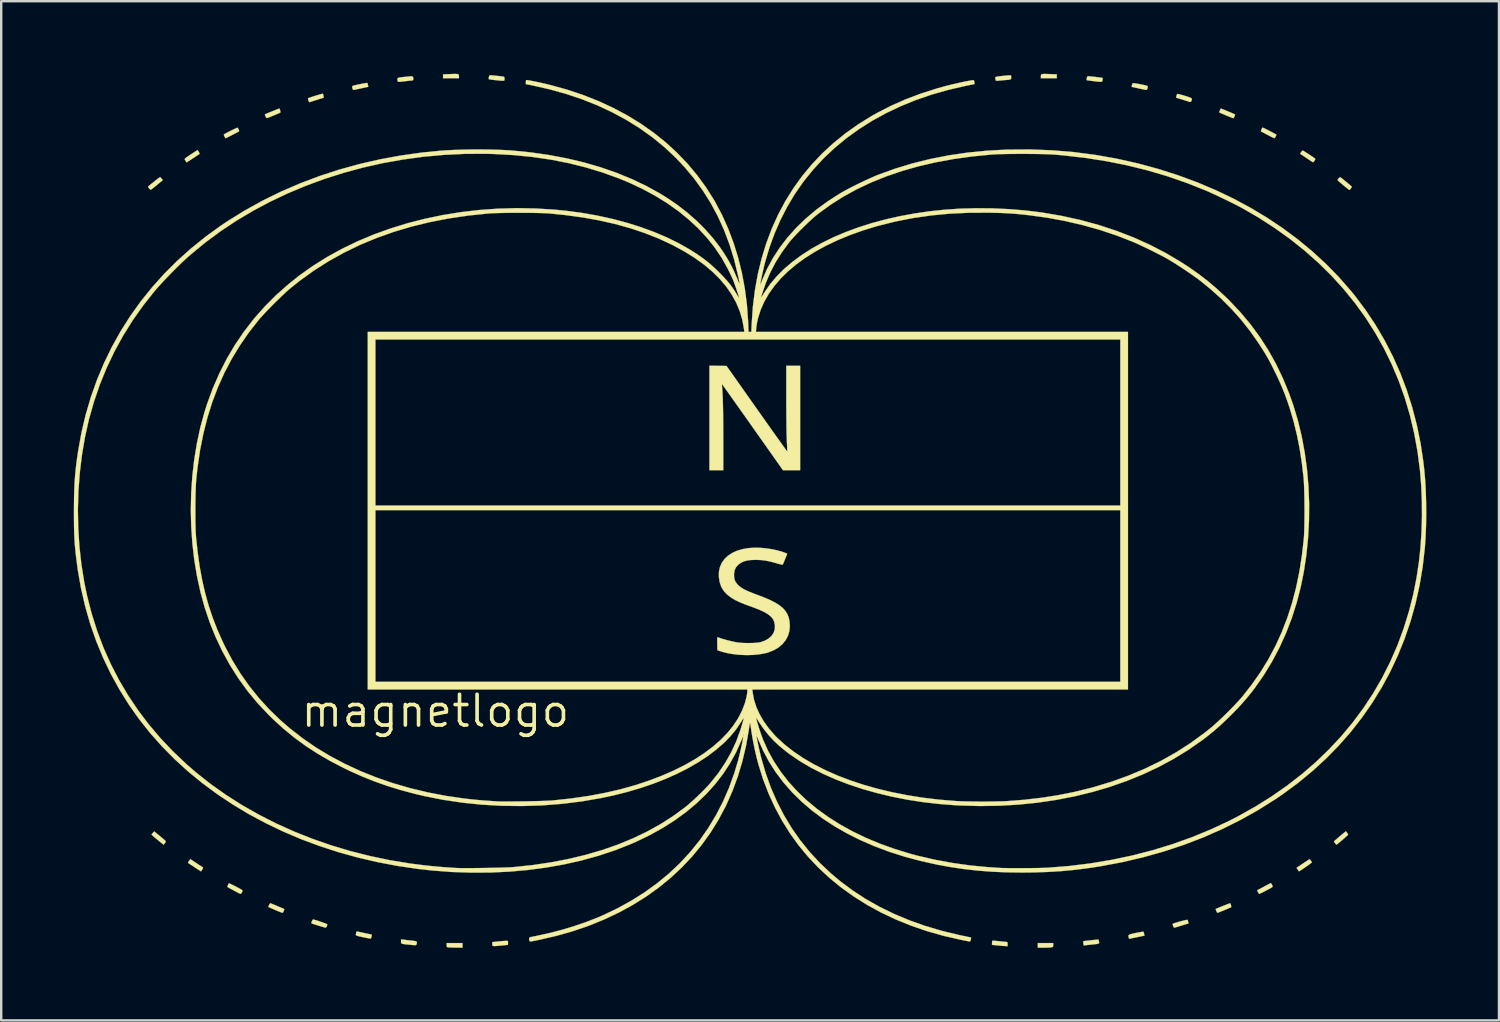
<source format=kicad_pcb>
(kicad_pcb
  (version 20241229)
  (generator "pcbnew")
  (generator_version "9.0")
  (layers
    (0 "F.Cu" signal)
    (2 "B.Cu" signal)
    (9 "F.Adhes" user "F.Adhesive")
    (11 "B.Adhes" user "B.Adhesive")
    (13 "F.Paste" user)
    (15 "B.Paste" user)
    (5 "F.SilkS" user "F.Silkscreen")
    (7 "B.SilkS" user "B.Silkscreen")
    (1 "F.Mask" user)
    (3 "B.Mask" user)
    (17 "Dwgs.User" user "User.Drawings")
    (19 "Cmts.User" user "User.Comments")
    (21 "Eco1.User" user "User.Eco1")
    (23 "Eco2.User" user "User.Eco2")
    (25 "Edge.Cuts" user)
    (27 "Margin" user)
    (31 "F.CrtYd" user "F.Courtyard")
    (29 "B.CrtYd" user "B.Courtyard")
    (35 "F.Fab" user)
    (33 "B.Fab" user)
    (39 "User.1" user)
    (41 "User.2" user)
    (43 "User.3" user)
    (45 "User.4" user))
  (footprint "magnetlogo"
    (layer "F.Cu")
    (at 14.938 26.326)
    (property "Reference" "magnetlogo" (at 0 0 0) (layer "F.SilkS") (effects (font (size 1.27 1.27) (thickness 0.15))))
    (attr through_hole)
    (fp_poly (pts (xy 0.9 -26.318) (xy 0.941 -26.308) (xy 0.963 -26.291) (xy 0.972 -26.265) (xy 0.974 -26.228) (xy 0.974 -26.223) (xy 0.974 -26.141) (xy 0.318 -26.141) (xy 0.318 -26.304) (xy 0.606 -26.315) (xy 0.738 -26.32) (xy 0.834 -26.321) (xy 0.9 -26.318)) (stroke (width 0.01) (type solid)) (fill yes) (layer "F.SilkS"))
    (fp_poly (pts (xy 25.241 -26.32) (xy 25.369 -26.316) (xy 25.387 -26.315) (xy 25.675 -26.304) (xy 25.675 -26.141) (xy 25.019 -26.141) (xy 25.019 -26.223) (xy 25.02 -26.261) (xy 25.028 -26.289) (xy 25.048 -26.307) (xy 25.087 -26.317) (xy 25.149 -26.321) (xy 25.241 -26.32)) (stroke (width 0.01) (type solid)) (fill yes) (layer "F.SilkS"))
    (fp_poly (pts (xy 25.527 9.67) (xy 25.524 9.724) (xy 25.507 9.75) (xy 25.463 9.763) (xy 25.448 9.765) (xy 25.394 9.771) (xy 25.31 9.775) (xy 25.209 9.778) (xy 25.13 9.779) (xy 24.892 9.779) (xy 24.892 9.588) (xy 25.527 9.588) (xy 25.527 9.67)) (stroke (width 0.01) (type solid)) (fill yes) (layer "F.SilkS"))
    (fp_poly (pts (xy 1.122 9.779) (xy 0.852 9.776) (xy 0.744 9.774) (xy 0.646 9.771) (xy 0.57 9.768) (xy 0.525 9.764) (xy 0.524 9.764) (xy 0.486 9.753) (xy 0.469 9.728) (xy 0.466 9.675) (xy 0.466 9.672) (xy 0.466 9.588) (xy 1.122 9.588) (xy 1.122 9.779)) (stroke (width 0.01) (type solid)) (fill yes) (layer "F.SilkS"))
    (fp_poly (pts (xy 29.256 9.121) (xy 29.269 9.148) (xy 29.282 9.199) (xy 29.284 9.208) (xy 29.298 9.283) (xy 28.98 9.348) (xy 28.663 9.413) (xy 28.651 9.368) (xy 28.639 9.32) (xy 28.637 9.284) (xy 28.65 9.257) (xy 28.683 9.236) (xy 28.742 9.217) (xy 28.833 9.195) (xy 28.94 9.172) (xy 29.048 9.151) (xy 29.141 9.134) (xy 29.211 9.123) (xy 29.25 9.12) (xy 29.256 9.121)) (stroke (width 0.01) (type solid)) (fill yes) (layer "F.SilkS"))
    (fp_poly (pts (xy -11.38 5.169) (xy -11.295 5.239) (xy -11.223 5.301) (xy -11.17 5.35) (xy -11.142 5.379) (xy -11.139 5.384) (xy -11.147 5.415) (xy -11.175 5.46) (xy -11.181 5.467) (xy -11.229 5.526) (xy -11.478 5.324) (xy -11.564 5.253) (xy -11.637 5.19) (xy -11.692 5.142) (xy -11.722 5.113) (xy -11.726 5.107) (xy -11.713 5.084) (xy -11.68 5.045) (xy -11.671 5.035) (xy -11.615 4.977) (xy -11.38 5.169)) (stroke (width 0.01) (type solid)) (fill yes) (layer "F.SilkS"))
    (fp_poly (pts (xy 36.168 6.178) (xy 36.2 6.221) (xy 36.215 6.253) (xy 36.215 6.255) (xy 36.199 6.271) (xy 36.155 6.305) (xy 36.09 6.353) (xy 36.013 6.408) (xy 35.929 6.466) (xy 35.847 6.522) (xy 35.775 6.57) (xy 35.718 6.606) (xy 35.686 6.624) (xy 35.682 6.625) (xy 35.668 6.609) (xy 35.64 6.569) (xy 35.629 6.551) (xy 35.581 6.478) (xy 35.851 6.3) (xy 36.121 6.121) (xy 36.168 6.178)) (stroke (width 0.01) (type solid)) (fill yes) (layer "F.SilkS"))
    (fp_poly (pts (xy 28.892 -25.935) (xy 28.972 -25.923) (xy 29.067 -25.907) (xy 29.165 -25.888) (xy 29.259 -25.868) (xy 29.34 -25.85) (xy 29.398 -25.833) (xy 29.421 -25.824) (xy 29.434 -25.794) (xy 29.43 -25.746) (xy 29.413 -25.698) (xy 29.389 -25.666) (xy 29.378 -25.662) (xy 29.347 -25.665) (xy 29.283 -25.677) (xy 29.195 -25.694) (xy 29.091 -25.716) (xy 29.058 -25.724) (xy 28.768 -25.788) (xy 28.78 -25.853) (xy 28.794 -25.906) (xy 28.81 -25.938) (xy 28.835 -25.94) (xy 28.892 -25.935)) (stroke (width 0.01) (type solid)) (fill yes) (layer "F.SilkS"))
    (fp_poly (pts (xy 23.093 9.494) (xy 23.177 9.501) (xy 23.28 9.511) (xy 23.317 9.514) (xy 23.424 9.526) (xy 23.517 9.535) (xy 23.586 9.542) (xy 23.623 9.546) (xy 23.627 9.546) (xy 23.637 9.565) (xy 23.643 9.612) (xy 23.643 9.631) (xy 23.643 9.716) (xy 23.543 9.712) (xy 23.478 9.709) (xy 23.386 9.702) (xy 23.281 9.692) (xy 23.22 9.686) (xy 22.998 9.663) (xy 23 9.582) (xy 23.004 9.528) (xy 23.011 9.495) (xy 23.012 9.493) (xy 23.036 9.491) (xy 23.093 9.494)) (stroke (width 0.01) (type solid)) (fill yes) (layer "F.SilkS"))
    (fp_poly (pts (xy -11.35 -22.04) (xy -11.314 -22.002) (xy -11.308 -21.995) (xy -11.263 -21.933) (xy -11.497 -21.739) (xy -11.583 -21.669) (xy -11.657 -21.609) (xy -11.715 -21.564) (xy -11.75 -21.539) (xy -11.755 -21.537) (xy -11.783 -21.547) (xy -11.82 -21.581) (xy -11.829 -21.592) (xy -11.86 -21.635) (xy -11.872 -21.661) (xy -11.872 -21.663) (xy -11.835 -21.696) (xy -11.778 -21.745) (xy -11.706 -21.804) (xy -11.627 -21.867) (xy -11.548 -21.93) (xy -11.477 -21.985) (xy -11.42 -22.028) (xy -11.384 -22.052) (xy -11.377 -22.056) (xy -11.35 -22.04)) (stroke (width 0.01) (type solid)) (fill yes) (layer "F.SilkS"))
    (fp_poly (pts (xy -3.229 9.109) (xy -3.198 9.117) (xy -3.134 9.132) (xy -3.046 9.151) (xy -2.942 9.173) (xy -2.912 9.18) (xy -2.625 9.239) (xy -2.638 9.313) (xy -2.65 9.366) (xy -2.663 9.399) (xy -2.664 9.401) (xy -2.689 9.401) (xy -2.747 9.393) (xy -2.831 9.379) (xy -2.933 9.358) (xy -2.985 9.348) (xy -3.104 9.321) (xy -3.187 9.301) (xy -3.241 9.285) (xy -3.272 9.27) (xy -3.284 9.256) (xy -3.286 9.239) (xy -3.272 9.161) (xy -3.256 9.119) (xy -3.237 9.107) (xy -3.229 9.109)) (stroke (width 0.01) (type solid)) (fill yes) (layer "F.SilkS"))
    (fp_poly (pts (xy 30.733 -25.482) (xy 30.816 -25.461) (xy 30.916 -25.433) (xy 30.965 -25.418) (xy 31.085 -25.38) (xy 31.17 -25.351) (xy 31.224 -25.326) (xy 31.252 -25.301) (xy 31.259 -25.274) (xy 31.25 -25.239) (xy 31.236 -25.207) (xy 31.217 -25.173) (xy 31.195 -25.162) (xy 31.154 -25.17) (xy 31.126 -25.179) (xy 31.069 -25.197) (xy 30.985 -25.224) (xy 30.887 -25.254) (xy 30.823 -25.274) (xy 30.605 -25.341) (xy 30.619 -25.407) (xy 30.633 -25.459) (xy 30.649 -25.492) (xy 30.65 -25.492) (xy 30.675 -25.493) (xy 30.733 -25.482)) (stroke (width 0.01) (type solid)) (fill yes) (layer "F.SilkS"))
    (fp_poly (pts (xy 31.074 8.629) (xy 31.091 8.662) (xy 31.106 8.712) (xy 31.119 8.776) (xy 30.835 8.865) (xy 30.731 8.897) (xy 30.64 8.924) (xy 30.572 8.943) (xy 30.533 8.953) (xy 30.528 8.954) (xy 30.507 8.935) (xy 30.484 8.891) (xy 30.48 8.878) (xy 30.465 8.828) (xy 30.461 8.798) (xy 30.462 8.796) (xy 30.491 8.782) (xy 30.55 8.762) (xy 30.631 8.737) (xy 30.724 8.71) (xy 30.822 8.683) (xy 30.914 8.659) (xy 30.993 8.641) (xy 31.049 8.63) (xy 31.074 8.629) (xy 31.074 8.629)) (stroke (width 0.01) (type solid)) (fill yes) (layer "F.SilkS"))
    (fp_poly (pts (xy 34.54 7.129) (xy 34.564 7.172) (xy 34.571 7.184) (xy 34.591 7.238) (xy 34.588 7.268) (xy 34.58 7.277) (xy 34.549 7.297) (xy 34.49 7.33) (xy 34.414 7.371) (xy 34.327 7.417) (xy 34.239 7.463) (xy 34.158 7.504) (xy 34.093 7.535) (xy 34.052 7.554) (xy 34.043 7.556) (xy 34.022 7.539) (xy 33.994 7.496) (xy 33.988 7.484) (xy 33.953 7.411) (xy 34.232 7.261) (xy 34.33 7.209) (xy 34.415 7.165) (xy 34.479 7.132) (xy 34.517 7.114) (xy 34.523 7.112) (xy 34.54 7.129)) (stroke (width 0.01) (type solid)) (fill yes) (layer "F.SilkS"))
    (fp_poly (pts (xy -9.873 6.287) (xy -9.781 6.348) (xy -9.701 6.4) (xy -9.641 6.439) (xy -9.605 6.46) (xy -9.6 6.462) (xy -9.6 6.481) (xy -9.616 6.521) (xy -9.64 6.568) (xy -9.665 6.608) (xy -9.683 6.625) (xy -9.684 6.625) (xy -9.703 6.614) (xy -9.751 6.584) (xy -9.822 6.538) (xy -9.909 6.482) (xy -9.952 6.453) (xy -10.044 6.392) (xy -10.123 6.34) (xy -10.182 6.301) (xy -10.215 6.278) (xy -10.22 6.275) (xy -10.214 6.255) (xy -10.19 6.214) (xy -10.176 6.194) (xy -10.126 6.119) (xy -9.873 6.287)) (stroke (width 0.01) (type solid)) (fill yes) (layer "F.SilkS"))
    (fp_poly (pts (xy -4.648 -25.504) (xy -4.639 -25.479) (xy -4.627 -25.43) (xy -4.625 -25.418) (xy -4.61 -25.341) (xy -4.887 -25.253) (xy -4.991 -25.221) (xy -5.081 -25.192) (xy -5.15 -25.17) (xy -5.188 -25.157) (xy -5.192 -25.155) (xy -5.218 -25.166) (xy -5.243 -25.217) (xy -5.245 -25.223) (xy -5.258 -25.276) (xy -5.261 -25.311) (xy -5.26 -25.315) (xy -5.238 -25.326) (xy -5.184 -25.346) (xy -5.107 -25.372) (xy -5.017 -25.401) (xy -4.92 -25.431) (xy -4.827 -25.459) (xy -4.745 -25.482) (xy -4.683 -25.498) (xy -4.651 -25.505) (xy -4.648 -25.504)) (stroke (width 0.01) (type solid)) (fill yes) (layer "F.SilkS"))
    (fp_poly (pts (xy -2.809 -25.95) (xy -2.799 -25.924) (xy -2.788 -25.874) (xy -2.786 -25.864) (xy -2.772 -25.788) (xy -3.043 -25.731) (xy -3.148 -25.708) (xy -3.242 -25.688) (xy -3.315 -25.672) (xy -3.357 -25.662) (xy -3.36 -25.662) (xy -3.395 -25.661) (xy -3.414 -25.688) (xy -3.419 -25.71) (xy -3.432 -25.763) (xy -3.44 -25.796) (xy -3.427 -25.818) (xy -3.382 -25.839) (xy -3.37 -25.842) (xy -3.292 -25.861) (xy -3.2 -25.882) (xy -3.1 -25.902) (xy -3.003 -25.921) (xy -2.917 -25.936) (xy -2.851 -25.947) (xy -2.813 -25.951) (xy -2.809 -25.95)) (stroke (width 0.01) (type solid)) (fill yes) (layer "F.SilkS"))
    (fp_poly (pts (xy 2.987 9.5) (xy 2.991 9.502) (xy 3.001 9.533) (xy 3.002 9.586) (xy 3.002 9.591) (xy 2.995 9.663) (xy 2.762 9.687) (xy 2.617 9.701) (xy 2.51 9.71) (xy 2.435 9.713) (xy 2.388 9.71) (xy 2.365 9.702) (xy 2.364 9.701) (xy 2.354 9.673) (xy 2.35 9.626) (xy 2.352 9.579) (xy 2.361 9.549) (xy 2.365 9.546) (xy 2.391 9.544) (xy 2.451 9.538) (xy 2.537 9.529) (xy 2.64 9.519) (xy 2.678 9.515) (xy 2.786 9.505) (xy 2.879 9.5) (xy 2.948 9.498) (xy 2.987 9.5)) (stroke (width 0.01) (type solid)) (fill yes) (layer "F.SilkS"))
    (fp_poly (pts (xy 27.4 9.445) (xy 27.407 9.468) (xy 27.417 9.516) (xy 27.419 9.528) (xy 27.425 9.561) (xy 27.424 9.586) (xy 27.41 9.603) (xy 27.379 9.616) (xy 27.323 9.627) (xy 27.238 9.637) (xy 27.118 9.65) (xy 27.093 9.652) (xy 26.996 9.663) (xy 26.911 9.673) (xy 26.849 9.681) (xy 26.826 9.685) (xy 26.797 9.686) (xy 26.782 9.666) (xy 26.774 9.616) (xy 26.773 9.602) (xy 26.765 9.511) (xy 27.08 9.475) (xy 27.19 9.462) (xy 27.284 9.453) (xy 27.355 9.447) (xy 27.394 9.444) (xy 27.4 9.445)) (stroke (width 0.01) (type solid)) (fill yes) (layer "F.SilkS"))
    (fp_poly (pts (xy 37.668 5.03) (xy 37.699 5.075) (xy 37.712 5.108) (xy 37.711 5.112) (xy 37.694 5.131) (xy 37.652 5.171) (xy 37.591 5.226) (xy 37.519 5.289) (xy 37.442 5.355) (xy 37.368 5.417) (xy 37.304 5.47) (xy 37.257 5.507) (xy 37.233 5.522) (xy 37.232 5.523) (xy 37.213 5.507) (xy 37.181 5.47) (xy 37.174 5.462) (xy 37.143 5.419) (xy 37.127 5.393) (xy 37.126 5.391) (xy 37.142 5.375) (xy 37.184 5.336) (xy 37.248 5.28) (xy 37.327 5.212) (xy 37.372 5.175) (xy 37.618 4.969) (xy 37.668 5.03)) (stroke (width 0.01) (type solid)) (fill yes) (layer "F.SilkS"))
    (fp_poly (pts (xy 34.195 -24.099) (xy 34.245 -24.077) (xy 34.318 -24.042) (xy 34.405 -23.998) (xy 34.499 -23.949) (xy 34.593 -23.899) (xy 34.622 -23.883) (xy 34.754 -23.81) (xy 34.719 -23.737) (xy 34.691 -23.69) (xy 34.666 -23.667) (xy 34.662 -23.666) (xy 34.636 -23.676) (xy 34.58 -23.702) (xy 34.502 -23.741) (xy 34.41 -23.79) (xy 34.385 -23.803) (xy 34.291 -23.853) (xy 34.209 -23.896) (xy 34.149 -23.928) (xy 34.116 -23.944) (xy 34.113 -23.945) (xy 34.111 -23.965) (xy 34.124 -24.007) (xy 34.145 -24.056) (xy 34.168 -24.097) (xy 34.174 -24.105) (xy 34.195 -24.099)) (stroke (width 0.01) (type solid)) (fill yes) (layer "F.SilkS"))
    (fp_poly (pts (xy -6.644 8.013) (xy -6.512 8.068) (xy -6.412 8.11) (xy -6.339 8.141) (xy -6.29 8.162) (xy -6.262 8.174) (xy -6.249 8.181) (xy -6.247 8.182) (xy -6.246 8.207) (xy -6.26 8.252) (xy -6.282 8.299) (xy -6.304 8.333) (xy -6.315 8.339) (xy -6.342 8.331) (xy -6.401 8.309) (xy -6.483 8.277) (xy -6.58 8.237) (xy -6.611 8.224) (xy -6.71 8.182) (xy -6.795 8.145) (xy -6.857 8.118) (xy -6.89 8.102) (xy -6.893 8.1) (xy -6.895 8.074) (xy -6.879 8.03) (xy -6.854 7.984) (xy -6.828 7.951) (xy -6.81 7.944) (xy -6.644 8.013)) (stroke (width 0.01) (type solid)) (fill yes) (layer "F.SilkS"))
    (fp_poly (pts (xy -5.016 8.621) (xy -4.951 8.639) (xy -4.867 8.664) (xy -4.774 8.695) (xy -4.68 8.728) (xy -4.593 8.76) (xy -4.523 8.787) (xy -4.478 8.808) (xy -4.466 8.818) (xy -4.475 8.869) (xy -4.497 8.918) (xy -4.523 8.949) (xy -4.534 8.952) (xy -4.564 8.946) (xy -4.625 8.929) (xy -4.71 8.904) (xy -4.811 8.874) (xy -4.837 8.866) (xy -4.938 8.834) (xy -5.023 8.807) (xy -5.085 8.786) (xy -5.117 8.774) (xy -5.119 8.773) (xy -5.12 8.748) (xy -5.106 8.703) (xy -5.086 8.655) (xy -5.065 8.621) (xy -5.055 8.615) (xy -5.016 8.621)) (stroke (width 0.01) (type solid)) (fill yes) (layer "F.SilkS"))
    (fp_poly (pts (xy -1.328 9.447) (xy -1.27 9.454) (xy -1.182 9.465) (xy -1.079 9.476) (xy -1 9.485) (xy -0.892 9.497) (xy -0.82 9.51) (xy -0.779 9.526) (xy -0.762 9.551) (xy -0.764 9.588) (xy -0.78 9.642) (xy -0.78 9.642) (xy -0.787 9.66) (xy -0.8 9.671) (xy -0.827 9.676) (xy -0.873 9.675) (xy -0.948 9.669) (xy -1.057 9.658) (xy -1.058 9.658) (xy -1.189 9.645) (xy -1.284 9.634) (xy -1.348 9.623) (xy -1.387 9.61) (xy -1.409 9.594) (xy -1.417 9.571) (xy -1.418 9.539) (xy -1.418 9.522) (xy -1.418 9.435) (xy -1.328 9.447)) (stroke (width 0.01) (type solid)) (fill yes) (layer "F.SilkS"))
    (fp_poly (pts (xy -9.778 -23.102) (xy -9.751 -23.054) (xy -9.739 -23.024) (xy -9.74 -23.02) (xy -9.761 -23.004) (xy -9.81 -22.971) (xy -9.878 -22.926) (xy -9.958 -22.873) (xy -10.043 -22.817) (xy -10.124 -22.765) (xy -10.195 -22.719) (xy -10.247 -22.686) (xy -10.274 -22.67) (xy -10.276 -22.669) (xy -10.293 -22.685) (xy -10.3 -22.696) (xy -10.323 -22.734) (xy -10.345 -22.769) (xy -10.356 -22.79) (xy -10.355 -22.81) (xy -10.336 -22.834) (xy -10.294 -22.867) (xy -10.224 -22.916) (xy -10.188 -22.94) (xy -10.099 -22.999) (xy -10.013 -23.056) (xy -9.942 -23.102) (xy -9.913 -23.121) (xy -9.824 -23.176) (xy -9.778 -23.102)) (stroke (width 0.01) (type solid)) (fill yes) (layer "F.SilkS"))
    (fp_poly (pts (xy -8.506 7.128) (xy -8.454 7.15) (xy -8.382 7.185) (xy -8.297 7.227) (xy -8.208 7.273) (xy -8.123 7.318) (xy -8.049 7.359) (xy -7.996 7.391) (xy -7.973 7.408) (xy -7.969 7.436) (xy -7.985 7.481) (xy -8.011 7.525) (xy -8.039 7.553) (xy -8.049 7.556) (xy -8.076 7.546) (xy -8.133 7.519) (xy -8.212 7.479) (xy -8.304 7.431) (xy -8.327 7.418) (xy -8.42 7.367) (xy -8.5 7.324) (xy -8.558 7.291) (xy -8.587 7.273) (xy -8.589 7.271) (xy -8.589 7.247) (xy -8.575 7.203) (xy -8.554 7.157) (xy -8.533 7.125) (xy -8.528 7.121) (xy -8.506 7.128)) (stroke (width 0.01) (type solid)) (fill yes) (layer "F.SilkS"))
    (fp_poly (pts (xy -6.433 -24.874) (xy -6.417 -24.831) (xy -6.405 -24.78) (xy -6.402 -24.738) (xy -6.406 -24.724) (xy -6.43 -24.712) (xy -6.485 -24.688) (xy -6.562 -24.655) (xy -6.653 -24.617) (xy -6.749 -24.577) (xy -6.842 -24.54) (xy -6.922 -24.509) (xy -6.947 -24.5) (xy -6.976 -24.501) (xy -7.002 -24.534) (xy -7.016 -24.565) (xy -7.035 -24.616) (xy -7.044 -24.647) (xy -7.043 -24.651) (xy -7.022 -24.66) (xy -6.97 -24.683) (xy -6.896 -24.714) (xy -6.807 -24.75) (xy -6.713 -24.788) (xy -6.622 -24.825) (xy -6.543 -24.856) (xy -6.483 -24.88) (xy -6.451 -24.891) (xy -6.448 -24.892) (xy -6.433 -24.874)) (stroke (width 0.01) (type solid)) (fill yes) (layer "F.SilkS"))
    (fp_poly (pts (xy 2.292 -26.266) (xy 2.362 -26.26) (xy 2.452 -26.251) (xy 2.55 -26.242) (xy 2.645 -26.232) (xy 2.726 -26.222) (xy 2.781 -26.215) (xy 2.789 -26.214) (xy 2.833 -26.203) (xy 2.853 -26.18) (xy 2.857 -26.132) (xy 2.857 -26.119) (xy 2.858 -26.086) (xy 2.855 -26.063) (xy 2.842 -26.047) (xy 2.816 -26.04) (xy 2.768 -26.039) (xy 2.695 -26.044) (xy 2.591 -26.054) (xy 2.471 -26.066) (xy 2.373 -26.077) (xy 2.29 -26.088) (xy 2.233 -26.098) (xy 2.209 -26.105) (xy 2.202 -26.135) (xy 2.208 -26.183) (xy 2.224 -26.232) (xy 2.244 -26.264) (xy 2.253 -26.268) (xy 2.292 -26.266)) (stroke (width 0.01) (type solid)) (fill yes) (layer "F.SilkS"))
    (fp_poly (pts (xy 32.861 7.986) (xy 32.877 8.04) (xy 32.884 8.086) (xy 32.88 8.105) (xy 32.856 8.119) (xy 32.8 8.143) (xy 32.724 8.176) (xy 32.635 8.214) (xy 32.542 8.252) (xy 32.454 8.287) (xy 32.38 8.316) (xy 32.329 8.335) (xy 32.311 8.34) (xy 32.296 8.322) (xy 32.273 8.279) (xy 32.266 8.263) (xy 32.248 8.213) (xy 32.24 8.184) (xy 32.241 8.181) (xy 32.263 8.17) (xy 32.316 8.148) (xy 32.39 8.117) (xy 32.478 8.081) (xy 32.572 8.044) (xy 32.663 8.008) (xy 32.742 7.977) (xy 32.803 7.954) (xy 32.836 7.943) (xy 32.839 7.942) (xy 32.861 7.986)) (stroke (width 0.01) (type solid)) (fill yes) (layer "F.SilkS"))
    (fp_poly (pts (xy -8.154 -24.076) (xy -8.132 -24.033) (xy -8.114 -23.987) (xy -8.108 -23.957) (xy -8.109 -23.953) (xy -8.133 -23.938) (xy -8.185 -23.91) (xy -8.258 -23.871) (xy -8.343 -23.826) (xy -8.432 -23.78) (xy -8.517 -23.737) (xy -8.59 -23.7) (xy -8.642 -23.675) (xy -8.665 -23.664) (xy -8.665 -23.664) (xy -8.682 -23.682) (xy -8.707 -23.724) (xy -8.714 -23.738) (xy -8.735 -23.787) (xy -8.741 -23.817) (xy -8.74 -23.82) (xy -8.709 -23.84) (xy -8.651 -23.872) (xy -8.574 -23.913) (xy -8.486 -23.957) (xy -8.396 -24.002) (xy -8.311 -24.043) (xy -8.24 -24.075) (xy -8.192 -24.095) (xy -8.173 -24.1) (xy -8.154 -24.076)) (stroke (width 0.01) (type solid)) (fill yes) (layer "F.SilkS"))
    (fp_poly (pts (xy 27.024 -26.223) (xy 27.09 -26.217) (xy 27.176 -26.208) (xy 27.271 -26.197) (xy 27.367 -26.185) (xy 27.453 -26.174) (xy 27.522 -26.165) (xy 27.563 -26.158) (xy 27.571 -26.156) (xy 27.571 -26.134) (xy 27.566 -26.086) (xy 27.564 -26.072) (xy 27.555 -26.02) (xy 27.535 -25.999) (xy 27.491 -25.995) (xy 27.477 -25.995) (xy 27.425 -25.999) (xy 27.343 -26.007) (xy 27.243 -26.018) (xy 27.157 -26.029) (xy 27.061 -26.041) (xy 26.982 -26.052) (xy 26.928 -26.06) (xy 26.909 -26.064) (xy 26.909 -26.086) (xy 26.915 -26.134) (xy 26.917 -26.147) (xy 26.93 -26.2) (xy 26.952 -26.222) (xy 26.986 -26.226) (xy 27.024 -26.223)) (stroke (width 0.01) (type solid)) (fill yes) (layer "F.SilkS"))
    (fp_poly (pts (xy 32.478 -24.884) (xy 32.531 -24.863) (xy 32.605 -24.833) (xy 32.694 -24.797) (xy 32.786 -24.758) (xy 32.876 -24.721) (xy 32.953 -24.688) (xy 33.009 -24.663) (xy 33.036 -24.65) (xy 33.037 -24.65) (xy 33.037 -24.624) (xy 33.023 -24.579) (xy 33.001 -24.532) (xy 32.979 -24.498) (xy 32.968 -24.491) (xy 32.941 -24.5) (xy 32.884 -24.522) (xy 32.802 -24.554) (xy 32.705 -24.594) (xy 32.672 -24.608) (xy 32.573 -24.65) (xy 32.488 -24.687) (xy 32.426 -24.714) (xy 32.393 -24.73) (xy 32.39 -24.731) (xy 32.393 -24.754) (xy 32.407 -24.797) (xy 32.427 -24.845) (xy 32.446 -24.882) (xy 32.455 -24.892) (xy 32.478 -24.884)) (stroke (width 0.01) (type solid)) (fill yes) (layer "F.SilkS"))
    (fp_poly (pts (xy 35.861 -23.145) (xy 35.912 -23.115) (xy 35.982 -23.071) (xy 36.063 -23.019) (xy 36.147 -22.964) (xy 36.227 -22.91) (xy 36.293 -22.864) (xy 36.339 -22.83) (xy 36.356 -22.815) (xy 36.352 -22.788) (xy 36.329 -22.746) (xy 36.3 -22.703) (xy 36.272 -22.675) (xy 36.262 -22.672) (xy 36.24 -22.684) (xy 36.19 -22.715) (xy 36.12 -22.762) (xy 36.034 -22.819) (xy 36.015 -22.832) (xy 35.926 -22.892) (xy 35.848 -22.944) (xy 35.789 -22.984) (xy 35.755 -23.005) (xy 35.752 -23.007) (xy 35.737 -23.025) (xy 35.746 -23.054) (xy 35.77 -23.09) (xy 35.805 -23.133) (xy 35.833 -23.155) (xy 35.837 -23.156) (xy 35.861 -23.145)) (stroke (width 0.01) (type solid)) (fill yes) (layer "F.SilkS"))
    (fp_poly (pts (xy 37.403 -22.043) (xy 37.449 -22.009) (xy 37.513 -21.959) (xy 37.587 -21.9) (xy 37.664 -21.837) (xy 37.738 -21.775) (xy 37.801 -21.722) (xy 37.846 -21.681) (xy 37.867 -21.661) (xy 37.867 -21.659) (xy 37.855 -21.634) (xy 37.828 -21.594) (xy 37.796 -21.554) (xy 37.771 -21.529) (xy 37.765 -21.527) (xy 37.745 -21.54) (xy 37.698 -21.575) (xy 37.631 -21.628) (xy 37.55 -21.694) (xy 37.518 -21.72) (xy 37.434 -21.791) (xy 37.362 -21.853) (xy 37.309 -21.9) (xy 37.281 -21.929) (xy 37.278 -21.933) (xy 37.286 -21.959) (xy 37.314 -21.998) (xy 37.349 -22.035) (xy 37.379 -22.055) (xy 37.383 -22.056) (xy 37.403 -22.043)) (stroke (width 0.01) (type solid)) (fill yes) (layer "F.SilkS"))
    (fp_poly (pts (xy -0.97 -26.221) (xy -0.943 -26.215) (xy -0.93 -26.203) (xy -0.914 -26.159) (xy -0.911 -26.109) (xy -0.92 -26.069) (xy -0.937 -26.056) (xy -0.967 -26.053) (xy -1.03 -26.046) (xy -1.117 -26.036) (xy -1.217 -26.024) (xy -1.339 -26.01) (xy -1.425 -26) (xy -1.483 -25.995) (xy -1.518 -25.995) (xy -1.539 -25.998) (xy -1.55 -26.005) (xy -1.552 -26.007) (xy -1.562 -26.036) (xy -1.566 -26.087) (xy -1.566 -26.089) (xy -1.566 -26.117) (xy -1.56 -26.138) (xy -1.543 -26.154) (xy -1.51 -26.166) (xy -1.454 -26.177) (xy -1.37 -26.188) (xy -1.251 -26.201) (xy -1.199 -26.206) (xy -1.091 -26.217) (xy -1.017 -26.222) (xy -0.97 -26.221)) (stroke (width 0.01) (type solid)) (fill yes) (layer "F.SilkS"))
    (fp_poly (pts (xy 23.779 -26.257) (xy 23.79 -26.24) (xy 23.792 -26.212) (xy 23.791 -26.184) (xy 23.79 -26.143) (xy 23.782 -26.115) (xy 23.761 -26.097) (xy 23.718 -26.085) (xy 23.648 -26.077) (xy 23.543 -26.068) (xy 23.537 -26.068) (xy 23.44 -26.059) (xy 23.343 -26.05) (xy 23.271 -26.043) (xy 23.204 -26.037) (xy 23.168 -26.043) (xy 23.151 -26.062) (xy 23.149 -26.066) (xy 23.138 -26.117) (xy 23.135 -26.151) (xy 23.137 -26.172) (xy 23.146 -26.188) (xy 23.168 -26.201) (xy 23.21 -26.211) (xy 23.275 -26.221) (xy 23.372 -26.232) (xy 23.504 -26.246) (xy 23.513 -26.246) (xy 23.626 -26.258) (xy 23.704 -26.264) (xy 23.752 -26.264) (xy 23.779 -26.257)) (stroke (width 0.01) (type solid)) (fill yes) (layer "F.SilkS"))
    (fp_poly (pts (xy 11.678 -14.262) (xy 12.031 -14.256) (xy 13.281 -12.485) (xy 13.454 -12.241) (xy 13.619 -12.007) (xy 13.776 -11.786) (xy 13.923 -11.578) (xy 14.058 -11.388) (xy 14.18 -11.217) (xy 14.286 -11.068) (xy 14.376 -10.942) (xy 14.448 -10.843) (xy 14.5 -10.771) (xy 14.53 -10.73) (xy 14.538 -10.721) (xy 14.539 -10.743) (xy 14.538 -10.801) (xy 14.535 -10.889) (xy 14.53 -10.999) (xy 14.523 -11.126) (xy 14.522 -11.154) (xy 14.518 -11.253) (xy 14.514 -11.389) (xy 14.51 -11.558) (xy 14.507 -11.752) (xy 14.504 -11.969) (xy 14.502 -12.201) (xy 14.501 -12.444) (xy 14.499 -12.693) (xy 14.499 -12.923) (xy 14.499 -14.266) (xy 15.071 -14.266) (xy 15.071 -9.948) (xy 14.716 -9.949) (xy 14.362 -9.949) (xy 13.114 -11.717) (xy 12.942 -11.962) (xy 12.776 -12.196) (xy 12.618 -12.419) (xy 12.471 -12.627) (xy 12.335 -12.818) (xy 12.213 -12.991) (xy 12.105 -13.142) (xy 12.015 -13.269) (xy 11.942 -13.37) (xy 11.889 -13.443) (xy 11.858 -13.486) (xy 11.85 -13.496) (xy 11.842 -13.484) (xy 11.841 -13.442) (xy 11.843 -13.415) (xy 11.856 -13.277) (xy 11.867 -13.097) (xy 11.876 -12.874) (xy 11.883 -12.61) (xy 11.889 -12.304) (xy 11.893 -11.957) (xy 11.895 -11.568) (xy 11.896 -11.246) (xy 11.896 -9.948) (xy 11.324 -9.948) (xy 11.324 -14.267) (xy 11.678 -14.262)) (stroke (width 0.01) (type solid)) (fill yes) (layer "F.SilkS"))
    (fp_poly (pts (xy 13.42 -6.742) (xy 13.657 -6.721) (xy 13.893 -6.686) (xy 14.117 -6.639) (xy 14.319 -6.583) (xy 14.461 -6.531) (xy 14.539 -6.499) (xy 14.452 -6.282) (xy 14.416 -6.192) (xy 14.384 -6.117) (xy 14.361 -6.066) (xy 14.351 -6.047) (xy 14.326 -6.047) (xy 14.269 -6.057) (xy 14.189 -6.077) (xy 14.093 -6.104) (xy 14.088 -6.106) (xy 13.863 -6.168) (xy 13.662 -6.21) (xy 13.47 -6.235) (xy 13.273 -6.244) (xy 13.238 -6.244) (xy 13.044 -6.238) (xy 12.884 -6.218) (xy 12.749 -6.182) (xy 12.633 -6.127) (xy 12.527 -6.053) (xy 12.515 -6.042) (xy 12.421 -5.938) (xy 12.364 -5.815) (xy 12.341 -5.669) (xy 12.34 -5.638) (xy 12.347 -5.508) (xy 12.369 -5.406) (xy 12.414 -5.317) (xy 12.485 -5.23) (xy 12.51 -5.204) (xy 12.574 -5.146) (xy 12.648 -5.091) (xy 12.737 -5.037) (xy 12.846 -4.982) (xy 12.98 -4.923) (xy 13.144 -4.857) (xy 13.343 -4.782) (xy 13.36 -4.776) (xy 13.633 -4.671) (xy 13.866 -4.568) (xy 14.063 -4.465) (xy 14.226 -4.36) (xy 14.358 -4.251) (xy 14.462 -4.135) (xy 14.54 -4.01) (xy 14.595 -3.874) (xy 14.628 -3.736) (xy 14.647 -3.514) (xy 14.627 -3.303) (xy 14.569 -3.107) (xy 14.475 -2.928) (xy 14.346 -2.768) (xy 14.184 -2.629) (xy 13.99 -2.514) (xy 13.767 -2.424) (xy 13.66 -2.393) (xy 13.419 -2.346) (xy 13.151 -2.317) (xy 12.863 -2.309) (xy 12.567 -2.321) (xy 12.446 -2.331) (xy 12.227 -2.361) (xy 12.015 -2.402) (xy 11.825 -2.453) (xy 11.791 -2.464) (xy 11.652 -2.51) (xy 11.646 -2.779) (xy 11.645 -2.88) (xy 11.647 -2.964) (xy 11.65 -3.022) (xy 11.656 -3.048) (xy 11.657 -3.048) (xy 11.684 -3.041) (xy 11.738 -3.023) (xy 11.782 -3.007) (xy 11.875 -2.976) (xy 11.997 -2.941) (xy 12.136 -2.905) (xy 12.279 -2.871) (xy 12.416 -2.843) (xy 12.467 -2.834) (xy 12.576 -2.82) (xy 12.71 -2.811) (xy 12.858 -2.807) (xy 13.01 -2.807) (xy 13.156 -2.811) (xy 13.286 -2.82) (xy 13.391 -2.833) (xy 13.435 -2.842) (xy 13.619 -2.908) (xy 13.772 -2.996) (xy 13.891 -3.103) (xy 13.975 -3.229) (xy 14.022 -3.369) (xy 14.03 -3.522) (xy 14.003 -3.671) (xy 13.965 -3.766) (xy 13.906 -3.853) (xy 13.824 -3.936) (xy 13.715 -4.016) (xy 13.575 -4.095) (xy 13.403 -4.176) (xy 13.194 -4.259) (xy 13.014 -4.325) (xy 12.815 -4.397) (xy 12.649 -4.463) (xy 12.509 -4.524) (xy 12.387 -4.585) (xy 12.276 -4.65) (xy 12.22 -4.685) (xy 12.048 -4.816) (xy 11.915 -4.96) (xy 11.817 -5.12) (xy 11.752 -5.303) (xy 11.717 -5.514) (xy 11.714 -5.543) (xy 11.716 -5.751) (xy 11.757 -5.944) (xy 11.833 -6.119) (xy 11.943 -6.275) (xy 12.085 -6.411) (xy 12.258 -6.526) (xy 12.458 -6.619) (xy 12.685 -6.687) (xy 12.937 -6.731) (xy 13.211 -6.747) (xy 13.42 -6.742)) (stroke (width 0.01) (type solid)) (fill yes) (layer "F.SilkS"))
    (fp_poly (pts (xy 3.835 -26.06) (xy 3.924 -26.045) (xy 4.036 -26.023) (xy 4.164 -25.997) (xy 4.304 -25.968) (xy 4.448 -25.936) (xy 4.591 -25.903) (xy 4.726 -25.87) (xy 4.752 -25.864) (xy 5.443 -25.672) (xy 6.109 -25.449) (xy 6.747 -25.196) (xy 7.359 -24.913) (xy 7.942 -24.601) (xy 8.496 -24.261) (xy 9.021 -23.892) (xy 9.516 -23.495) (xy 9.98 -23.07) (xy 10.413 -22.619) (xy 10.813 -22.142) (xy 11.181 -21.638) (xy 11.515 -21.109) (xy 11.557 -21.038) (xy 11.843 -20.498) (xy 12.098 -19.931) (xy 12.32 -19.341) (xy 12.51 -18.73) (xy 12.665 -18.1) (xy 12.786 -17.454) (xy 12.872 -16.794) (xy 12.921 -16.124) (xy 12.926 -16.018) (xy 12.939 -15.663) (xy 13.054 -15.663) (xy 13.069 -15.997) (xy 13.119 -16.707) (xy 13.205 -17.397) (xy 13.326 -18.065) (xy 13.484 -18.711) (xy 13.676 -19.334) (xy 13.903 -19.935) (xy 14.164 -20.512) (xy 14.46 -21.066) (xy 14.79 -21.595) (xy 15.154 -22.1) (xy 15.551 -22.58) (xy 15.981 -23.034) (xy 16.445 -23.462) (xy 16.941 -23.864) (xy 17.47 -24.239) (xy 18.031 -24.587) (xy 18.259 -24.715) (xy 18.835 -25.009) (xy 19.441 -25.276) (xy 20.073 -25.514) (xy 20.729 -25.723) (xy 21.012 -25.802) (xy 21.159 -25.84) (xy 21.314 -25.879) (xy 21.474 -25.916) (xy 21.633 -25.952) (xy 21.784 -25.985) (xy 21.923 -26.014) (xy 22.044 -26.037) (xy 22.142 -26.054) (xy 22.211 -26.063) (xy 22.246 -26.063) (xy 22.248 -26.062) (xy 22.261 -26.031) (xy 22.27 -25.979) (xy 22.271 -25.975) (xy 22.278 -25.903) (xy 21.886 -25.823) (xy 21.183 -25.661) (xy 20.504 -25.467) (xy 19.85 -25.242) (xy 19.222 -24.987) (xy 18.621 -24.701) (xy 18.047 -24.386) (xy 17.502 -24.041) (xy 16.986 -23.668) (xy 16.499 -23.266) (xy 16.044 -22.837) (xy 15.62 -22.38) (xy 15.228 -21.897) (xy 15.187 -21.842) (xy 14.848 -21.353) (xy 14.538 -20.834) (xy 14.259 -20.29) (xy 14.012 -19.724) (xy 13.799 -19.138) (xy 13.622 -18.54) (xy 13.598 -18.447) (xy 13.571 -18.334) (xy 13.543 -18.21) (xy 13.514 -18.081) (xy 13.486 -17.954) (xy 13.461 -17.838) (xy 13.441 -17.738) (xy 13.427 -17.663) (xy 13.421 -17.62) (xy 13.42 -17.615) (xy 13.428 -17.627) (xy 13.447 -17.67) (xy 13.475 -17.737) (xy 13.494 -17.785) (xy 13.7 -18.255) (xy 13.945 -18.708) (xy 14.229 -19.144) (xy 14.55 -19.563) (xy 14.909 -19.964) (xy 15.304 -20.346) (xy 15.735 -20.709) (xy 16.203 -21.052) (xy 16.705 -21.374) (xy 16.778 -21.418) (xy 16.918 -21.497) (xy 17.089 -21.588) (xy 17.28 -21.686) (xy 17.484 -21.787) (xy 17.692 -21.887) (xy 17.893 -21.98) (xy 18.08 -22.064) (xy 18.243 -22.133) (xy 18.285 -22.15) (xy 18.984 -22.403) (xy 19.708 -22.623) (xy 20.452 -22.808) (xy 21.217 -22.958) (xy 21.998 -23.072) (xy 22.795 -23.151) (xy 23.606 -23.194) (xy 23.643 -23.195) (xy 24.566 -23.201) (xy 25.476 -23.166) (xy 26.375 -23.092) (xy 27.266 -22.977) (xy 28.149 -22.821) (xy 29.027 -22.624) (xy 29.07 -22.613) (xy 29.897 -22.388) (xy 30.702 -22.129) (xy 31.485 -21.84) (xy 32.244 -21.519) (xy 32.978 -21.169) (xy 33.686 -20.788) (xy 34.368 -20.379) (xy 35.021 -19.942) (xy 35.646 -19.477) (xy 36.24 -18.985) (xy 36.803 -18.467) (xy 37.334 -17.924) (xy 37.831 -17.355) (xy 37.986 -17.164) (xy 38.434 -16.568) (xy 38.846 -15.95) (xy 39.222 -15.31) (xy 39.562 -14.648) (xy 39.866 -13.967) (xy 40.132 -13.266) (xy 40.361 -12.546) (xy 40.553 -11.808) (xy 40.707 -11.053) (xy 40.823 -10.282) (xy 40.861 -9.948) (xy 40.897 -9.528) (xy 40.922 -9.078) (xy 40.936 -8.61) (xy 40.94 -8.135) (xy 40.933 -7.665) (xy 40.915 -7.21) (xy 40.886 -6.784) (xy 40.882 -6.731) (xy 40.792 -5.949) (xy 40.663 -5.182) (xy 40.496 -4.433) (xy 40.291 -3.702) (xy 40.048 -2.989) (xy 39.768 -2.295) (xy 39.451 -1.62) (xy 39.097 -0.967) (xy 38.708 -0.334) (xy 38.282 0.277) (xy 37.822 0.865) (xy 37.327 1.429) (xy 36.797 1.97) (xy 36.234 2.486) (xy 35.637 2.977) (xy 35.007 3.441) (xy 34.724 3.634) (xy 34.011 4.084) (xy 33.273 4.498) (xy 32.512 4.878) (xy 31.727 5.223) (xy 30.92 5.533) (xy 30.09 5.807) (xy 29.239 6.046) (xy 28.366 6.25) (xy 27.472 6.417) (xy 26.956 6.496) (xy 26.411 6.565) (xy 25.862 6.616) (xy 25.3 6.651) (xy 24.715 6.67) (xy 24.246 6.675) (xy 23.602 6.667) (xy 22.987 6.64) (xy 22.394 6.594) (xy 21.813 6.528) (xy 21.237 6.441) (xy 20.733 6.348) (xy 20.044 6.195) (xy 19.381 6.017) (xy 18.746 5.814) (xy 18.138 5.586) (xy 17.56 5.335) (xy 17.011 5.06) (xy 16.492 4.763) (xy 16.005 4.444) (xy 15.55 4.104) (xy 15.128 3.742) (xy 14.74 3.361) (xy 14.387 2.959) (xy 14.07 2.539) (xy 13.788 2.1) (xy 13.545 1.643) (xy 13.375 1.259) (xy 13.337 1.168) (xy 13.305 1.097) (xy 13.283 1.052) (xy 13.272 1.039) (xy 13.272 1.042) (xy 13.276 1.081) (xy 13.289 1.153) (xy 13.308 1.252) (xy 13.332 1.369) (xy 13.36 1.497) (xy 13.389 1.629) (xy 13.418 1.756) (xy 13.446 1.871) (xy 13.462 1.934) (xy 13.646 2.565) (xy 13.864 3.171) (xy 14.117 3.751) (xy 14.403 4.307) (xy 14.723 4.838) (xy 15.078 5.344) (xy 15.467 5.826) (xy 15.89 6.282) (xy 16.348 6.714) (xy 16.719 7.026) (xy 17.23 7.408) (xy 17.771 7.762) (xy 18.342 8.085) (xy 18.942 8.379) (xy 19.571 8.643) (xy 20.227 8.877) (xy 20.911 9.08) (xy 21.622 9.252) (xy 21.821 9.294) (xy 21.929 9.316) (xy 22.02 9.335) (xy 22.088 9.35) (xy 22.126 9.359) (xy 22.13 9.361) (xy 22.134 9.391) (xy 22.126 9.438) (xy 22.112 9.487) (xy 22.095 9.52) (xy 22.087 9.525) (xy 22.057 9.521) (xy 21.994 9.51) (xy 21.904 9.492) (xy 21.794 9.471) (xy 21.692 9.45) (xy 20.988 9.288) (xy 20.307 9.094) (xy 19.651 8.869) (xy 19.021 8.613) (xy 18.416 8.327) (xy 17.839 8.012) (xy 17.29 7.667) (xy 16.769 7.295) (xy 16.279 6.894) (xy 15.818 6.466) (xy 15.39 6.012) (xy 14.993 5.531) (xy 14.649 5.052) (xy 14.325 4.533) (xy 14.031 3.987) (xy 13.771 3.419) (xy 13.544 2.832) (xy 13.355 2.23) (xy 13.301 2.032) (xy 13.246 1.807) (xy 13.191 1.561) (xy 13.14 1.309) (xy 13.094 1.065) (xy 13.08 0.974) (xy 13.25 0.974) (xy 13.258 0.991) (xy 13.264 0.988) (xy 13.267 0.963) (xy 13.264 0.96) (xy 13.252 0.962) (xy 13.25 0.974) (xy 13.08 0.974) (xy 13.058 0.841) (xy 13.048 0.767) (xy 13.033 0.665) (xy 13.019 0.582) (xy 13.009 0.523) (xy 13.001 0.497) (xy 13 0.497) (xy 12.994 0.52) (xy 12.983 0.577) (xy 12.969 0.66) (xy 12.954 0.76) (xy 12.952 0.777) (xy 12.837 1.433) (xy 12.686 2.073) (xy 12.5 2.694) (xy 12.28 3.294) (xy 12.027 3.87) (xy 11.987 3.952) (xy 11.692 4.505) (xy 11.363 5.034) (xy 11 5.538) (xy 10.605 6.017) (xy 10.177 6.47) (xy 9.719 6.896) (xy 9.23 7.295) (xy 8.711 7.667) (xy 8.163 8.01) (xy 7.587 8.325) (xy 6.983 8.611) (xy 6.353 8.867) (xy 5.697 9.093) (xy 5.015 9.288) (xy 4.309 9.451) (xy 4.264 9.46) (xy 4.134 9.487) (xy 4.039 9.505) (xy 3.974 9.517) (xy 3.932 9.521) (xy 3.908 9.519) (xy 3.896 9.511) (xy 3.889 9.498) (xy 3.886 9.492) (xy 3.872 9.422) (xy 3.886 9.37) (xy 3.921 9.346) (xy 3.959 9.338) (xy 4.029 9.323) (xy 4.122 9.304) (xy 4.228 9.283) (xy 4.244 9.279) (xy 4.75 9.167) (xy 5.259 9.033) (xy 5.762 8.88) (xy 6.249 8.713) (xy 6.708 8.533) (xy 6.9 8.451) (xy 7.514 8.159) (xy 8.096 7.839) (xy 8.646 7.492) (xy 9.165 7.116) (xy 9.652 6.714) (xy 10.106 6.285) (xy 10.528 5.829) (xy 10.917 5.348) (xy 11.272 4.84) (xy 11.594 4.308) (xy 11.882 3.75) (xy 12.135 3.168) (xy 12.354 2.562) (xy 12.507 2.05) (xy 12.536 1.937) (xy 12.568 1.808) (xy 12.6 1.669) (xy 12.632 1.53) (xy 12.661 1.396) (xy 12.686 1.274) (xy 12.705 1.173) (xy 12.717 1.099) (xy 12.72 1.062) (xy 12.713 1.066) (xy 12.693 1.102) (xy 12.665 1.166) (xy 12.635 1.238) (xy 12.422 1.712) (xy 12.171 2.168) (xy 11.883 2.607) (xy 11.557 3.027) (xy 11.196 3.428) (xy 10.798 3.809) (xy 10.366 4.17) (xy 9.899 4.511) (xy 9.399 4.829) (xy 8.865 5.126) (xy 8.3 5.4) (xy 8.07 5.5) (xy 7.423 5.755) (xy 6.749 5.979) (xy 6.05 6.173) (xy 5.328 6.336) (xy 4.587 6.468) (xy 3.829 6.569) (xy 3.056 6.638) (xy 2.271 6.675) (xy 1.478 6.679) (xy 0.677 6.652) (xy -0.128 6.591) (xy -0.699 6.528) (xy -1.55 6.404) (xy -2.386 6.246) (xy -3.205 6.055) (xy -4.007 5.833) (xy -4.789 5.578) (xy -5.552 5.294) (xy -6.292 4.979) (xy -7.011 4.634) (xy -7.705 4.262) (xy -8.373 3.861) (xy -9.016 3.433) (xy -9.63 2.979) (xy -10.216 2.498) (xy -10.771 1.993) (xy -11.295 1.463) (xy -11.786 0.91) (xy -12.243 0.334) (xy -12.651 -0.243) (xy -13.049 -0.879) (xy -13.409 -1.531) (xy -13.73 -2.202) (xy -14.014 -2.89) (xy -14.261 -3.597) (xy -14.469 -4.324) (xy -14.641 -5.069) (xy -14.775 -5.834) (xy -14.846 -6.382) (xy -14.868 -6.577) (xy -14.886 -6.757) (xy -14.9 -6.928) (xy -14.911 -7.097) (xy -14.92 -7.27) (xy -14.926 -7.456) (xy -14.93 -7.661) (xy -14.932 -7.892) (xy -14.933 -8.157) (xy -14.933 -8.244) (xy -14.933 -8.314) (xy -14.769 -8.314) (xy -14.755 -7.553) (xy -14.707 -6.796) (xy -14.624 -6.048) (xy -14.506 -5.316) (xy -14.391 -4.763) (xy -14.202 -4.026) (xy -13.975 -3.309) (xy -13.711 -2.612) (xy -13.409 -1.936) (xy -13.071 -1.281) (xy -12.697 -0.647) (xy -12.285 -0.033) (xy -11.838 0.558) (xy -11.354 1.128) (xy -10.834 1.676) (xy -10.278 2.202) (xy -9.885 2.543) (xy -9.285 3.017) (xy -8.653 3.465) (xy -7.992 3.886) (xy -7.303 4.278) (xy -6.589 4.641) (xy -5.851 4.975) (xy -5.091 5.277) (xy -4.311 5.549) (xy -3.514 5.788) (xy -2.701 5.993) (xy -1.875 6.166) (xy -1.036 6.303) (xy -0.423 6.38) (xy -0.258 6.398) (xy -0.082 6.415) (xy 0.092 6.431) (xy 0.252 6.445) (xy 0.383 6.455) (xy 0.392 6.455) (xy 0.516 6.464) (xy 0.635 6.472) (xy 0.737 6.479) (xy 0.812 6.484) (xy 0.836 6.485) (xy 0.918 6.489) (xy 1.037 6.492) (xy 1.186 6.493) (xy 1.36 6.493) (xy 1.554 6.492) (xy 1.762 6.49) (xy 1.977 6.487) (xy 2.195 6.483) (xy 2.409 6.479) (xy 2.613 6.474) (xy 2.803 6.469) (xy 2.972 6.463) (xy 3.114 6.456) (xy 3.225 6.45) (xy 3.26 6.447) (xy 4.041 6.364) (xy 4.796 6.251) (xy 5.525 6.11) (xy 6.227 5.94) (xy 6.901 5.743) (xy 7.547 5.517) (xy 8.163 5.263) (xy 8.749 4.982) (xy 9.305 4.674) (xy 9.828 4.339) (xy 10.32 3.977) (xy 10.361 3.944) (xy 10.491 3.835) (xy 10.641 3.702) (xy 10.8 3.554) (xy 10.961 3.398) (xy 11.115 3.244) (xy 11.253 3.099) (xy 11.366 2.974) (xy 11.691 2.566) (xy 11.976 2.143) (xy 12.224 1.705) (xy 12.435 1.246) (xy 12.527 0.995) (xy 12.721 0.995) (xy 12.729 1.012) (xy 12.735 1.009) (xy 12.738 0.984) (xy 12.735 0.981) (xy 12.723 0.984) (xy 12.721 0.995) (xy 12.527 0.995) (xy 12.61 0.767) (xy 12.699 0.466) (xy 12.72 0.388) (xy 12.735 0.326) (xy 12.742 0.29) (xy 12.742 0.288) (xy 12.732 0.296) (xy 12.706 0.334) (xy 12.666 0.396) (xy 12.631 0.454) (xy 12.428 0.757) (xy 12.185 1.051) (xy 11.903 1.337) (xy 11.585 1.612) (xy 11.232 1.877) (xy 10.846 2.13) (xy 10.428 2.37) (xy 9.981 2.596) (xy 9.505 2.808) (xy 9.004 3.004) (xy 8.477 3.183) (xy 7.928 3.345) (xy 7.357 3.489) (xy 6.858 3.596) (xy 6.055 3.734) (xy 5.239 3.836) (xy 4.417 3.9) (xy 3.59 3.927) (xy 2.763 3.918) (xy 1.941 3.872) (xy 1.126 3.789) (xy 0.324 3.67) (xy -0.463 3.514) (xy -0.836 3.426) (xy -1.414 3.272) (xy -1.961 3.104) (xy -2.487 2.92) (xy -3 2.716) (xy -3.512 2.488) (xy -3.799 2.349) (xy -4.353 2.061) (xy -4.872 1.759) (xy -5.359 1.442) (xy -5.822 1.103) (xy -6.266 0.741) (xy -6.695 0.35) (xy -6.89 0.159) (xy -7.343 -0.322) (xy -7.76 -0.825) (xy -8.142 -1.352) (xy -8.491 -1.903) (xy -8.807 -2.479) (xy -9.091 -3.082) (xy -9.323 -3.659) (xy -9.529 -4.269) (xy -9.704 -4.903) (xy -9.847 -5.558) (xy -9.959 -6.229) (xy -10.039 -6.913) (xy -10.087 -7.605) (xy -10.104 -8.302) (xy -10.103 -8.347) (xy -9.916 -8.347) (xy -9.916 -8.104) (xy -9.914 -7.87) (xy -9.91 -7.652) (xy -9.904 -7.456) (xy -9.896 -7.291) (xy -9.889 -7.197) (xy -9.823 -6.568) (xy -9.739 -5.974) (xy -9.635 -5.408) (xy -9.511 -4.867) (xy -9.365 -4.346) (xy -9.195 -3.839) (xy -9.001 -3.341) (xy -8.781 -2.849) (xy -8.688 -2.656) (xy -8.381 -2.082) (xy -8.046 -1.536) (xy -7.68 -1.018) (xy -7.282 -0.524) (xy -6.85 -0.053) (xy -6.382 0.397) (xy -6.011 0.718) (xy -5.489 1.125) (xy -4.936 1.506) (xy -4.352 1.859) (xy -3.74 2.183) (xy -3.101 2.48) (xy -2.437 2.746) (xy -1.749 2.983) (xy -1.039 3.189) (xy -0.309 3.364) (xy 0.439 3.508) (xy 1.205 3.618) (xy 1.386 3.639) (xy 1.542 3.656) (xy 1.697 3.671) (xy 1.859 3.686) (xy 2.037 3.7) (xy 2.238 3.714) (xy 2.472 3.73) (xy 2.519 3.734) (xy 2.607 3.737) (xy 2.732 3.74) (xy 2.887 3.741) (xy 3.066 3.741) (xy 3.263 3.739) (xy 3.473 3.737) (xy 3.689 3.734) (xy 3.905 3.73) (xy 4.115 3.725) (xy 4.314 3.72) (xy 4.494 3.714) (xy 4.651 3.707) (xy 4.778 3.701) (xy 4.858 3.695) (xy 5.606 3.615) (xy 6.32 3.512) (xy 7.004 3.384) (xy 7.659 3.233) (xy 8.288 3.056) (xy 8.834 2.875) (xy 9.357 2.675) (xy 9.847 2.461) (xy 10.304 2.233) (xy 10.727 1.992) (xy 11.115 1.738) (xy 11.468 1.473) (xy 11.784 1.197) (xy 12.063 0.91) (xy 12.304 0.613) (xy 12.506 0.307) (xy 12.528 0.265) (xy 13.249 0.265) (xy 13.263 0.328) (xy 13.287 0.424) (xy 13.323 0.549) (xy 13.367 0.691) (xy 13.416 0.84) (xy 13.465 0.985) (xy 13.512 1.114) (xy 13.537 1.18) (xy 13.744 1.641) (xy 13.989 2.086) (xy 14.272 2.513) (xy 14.591 2.923) (xy 14.947 3.314) (xy 15.337 3.686) (xy 15.761 4.039) (xy 16.218 4.37) (xy 16.708 4.681) (xy 17.229 4.97) (xy 17.781 5.237) (xy 18.362 5.48) (xy 18.973 5.7) (xy 19.611 5.895) (xy 19.928 5.981) (xy 20.634 6.144) (xy 21.359 6.278) (xy 22.09 6.381) (xy 22.813 6.45) (xy 22.892 6.455) (xy 23.015 6.464) (xy 23.132 6.471) (xy 23.231 6.478) (xy 23.303 6.483) (xy 23.326 6.484) (xy 23.403 6.488) (xy 23.516 6.49) (xy 23.658 6.492) (xy 23.824 6.494) (xy 24.006 6.494) (xy 24.199 6.494) (xy 24.396 6.493) (xy 24.59 6.492) (xy 24.775 6.49) (xy 24.945 6.487) (xy 25.093 6.484) (xy 25.214 6.48) (xy 25.284 6.477) (xy 26.18 6.406) (xy 27.066 6.297) (xy 27.94 6.151) (xy 28.799 5.97) (xy 29.642 5.752) (xy 30.467 5.499) (xy 31.271 5.211) (xy 32.054 4.888) (xy 32.814 4.532) (xy 33.179 4.344) (xy 33.882 3.95) (xy 34.555 3.528) (xy 35.195 3.081) (xy 35.803 2.609) (xy 36.379 2.111) (xy 36.921 1.589) (xy 37.429 1.044) (xy 37.903 0.475) (xy 38.343 -0.116) (xy 38.747 -0.729) (xy 39.115 -1.364) (xy 39.447 -2.02) (xy 39.743 -2.696) (xy 40.001 -3.392) (xy 40.014 -3.43) (xy 40.225 -4.115) (xy 40.4 -4.803) (xy 40.54 -5.504) (xy 40.639 -6.164) (xy 40.703 -6.764) (xy 40.744 -7.388) (xy 40.763 -8.026) (xy 40.76 -8.667) (xy 40.733 -9.298) (xy 40.684 -9.909) (xy 40.682 -9.934) (xy 40.581 -10.713) (xy 40.443 -11.474) (xy 40.267 -12.216) (xy 40.053 -12.94) (xy 39.802 -13.643) (xy 39.514 -14.327) (xy 39.189 -14.99) (xy 38.828 -15.632) (xy 38.432 -16.253) (xy 37.999 -16.852) (xy 37.531 -17.428) (xy 37.028 -17.982) (xy 36.49 -18.513) (xy 35.918 -19.02) (xy 35.312 -19.503) (xy 34.671 -19.962) (xy 33.997 -20.396) (xy 33.369 -20.76) (xy 33.238 -20.831) (xy 33.077 -20.914) (xy 32.893 -21.006) (xy 32.696 -21.103) (xy 32.493 -21.201) (xy 32.293 -21.296) (xy 32.104 -21.383) (xy 31.935 -21.46) (xy 31.814 -21.512) (xy 31.027 -21.824) (xy 30.227 -22.1) (xy 29.413 -22.34) (xy 28.582 -22.545) (xy 27.732 -22.715) (xy 26.86 -22.852) (xy 25.964 -22.955) (xy 25.548 -22.991) (xy 25.42 -22.998) (xy 25.256 -23.005) (xy 25.063 -23.01) (xy 24.848 -23.014) (xy 24.617 -23.016) (xy 24.376 -23.018) (xy 24.132 -23.018) (xy 23.893 -23.016) (xy 23.663 -23.014) (xy 23.45 -23.01) (xy 23.261 -23.005) (xy 23.101 -22.998) (xy 22.987 -22.991) (xy 22.188 -22.913) (xy 21.417 -22.806) (xy 20.676 -22.67) (xy 19.964 -22.505) (xy 19.281 -22.311) (xy 18.628 -22.088) (xy 18.005 -21.837) (xy 17.413 -21.557) (xy 16.851 -21.249) (xy 16.321 -20.912) (xy 15.821 -20.547) (xy 15.782 -20.516) (xy 15.662 -20.417) (xy 15.524 -20.294) (xy 15.374 -20.154) (xy 15.218 -20.003) (xy 15.064 -19.85) (xy 14.917 -19.699) (xy 14.786 -19.557) (xy 14.675 -19.432) (xy 14.616 -19.36) (xy 14.317 -18.953) (xy 14.058 -18.54) (xy 13.836 -18.115) (xy 13.648 -17.674) (xy 13.497 -17.229) (xy 13.476 -17.154) (xy 13.463 -17.102) (xy 13.46 -17.079) (xy 13.464 -17.081) (xy 13.483 -17.112) (xy 13.518 -17.169) (xy 13.565 -17.245) (xy 13.605 -17.308) (xy 13.836 -17.641) (xy 14.105 -17.96) (xy 14.412 -18.267) (xy 14.755 -18.559) (xy 15.132 -18.837) (xy 15.542 -19.1) (xy 15.983 -19.346) (xy 16.454 -19.576) (xy 16.952 -19.787) (xy 17.477 -19.981) (xy 18.026 -20.155) (xy 18.599 -20.31) (xy 19.193 -20.444) (xy 19.807 -20.557) (xy 20.439 -20.648) (xy 21.036 -20.711) (xy 21.677 -20.755) (xy 22.342 -20.773) (xy 23.018 -20.767) (xy 23.694 -20.736) (xy 24.36 -20.682) (xy 25.003 -20.604) (xy 25.082 -20.593) (xy 25.881 -20.456) (xy 26.658 -20.284) (xy 27.411 -20.079) (xy 28.141 -19.839) (xy 28.847 -19.566) (xy 29.528 -19.259) (xy 30.183 -18.919) (xy 30.813 -18.546) (xy 31.147 -18.328) (xy 31.554 -18.041) (xy 31.934 -17.748) (xy 32.297 -17.439) (xy 32.657 -17.104) (xy 32.799 -16.965) (xy 33.255 -16.483) (xy 33.675 -15.982) (xy 34.06 -15.459) (xy 34.411 -14.914) (xy 34.73 -14.344) (xy 35.017 -13.747) (xy 35.274 -13.123) (xy 35.443 -12.647) (xy 35.634 -12.014) (xy 35.793 -11.357) (xy 35.919 -10.681) (xy 36.013 -9.99) (xy 36.074 -9.287) (xy 36.102 -8.578) (xy 36.097 -7.866) (xy 36.059 -7.155) (xy 35.988 -6.45) (xy 35.883 -5.754) (xy 35.761 -5.149) (xy 35.594 -4.492) (xy 35.389 -3.85) (xy 35.15 -3.227) (xy 34.877 -2.623) (xy 34.57 -2.043) (xy 34.232 -1.487) (xy 33.866 -0.963) (xy 33.698 -0.744) (xy 33.531 -0.54) (xy 33.358 -0.339) (xy 33.17 -0.134) (xy 32.959 0.084) (xy 32.873 0.17) (xy 32.619 0.418) (xy 32.38 0.64) (xy 32.145 0.844) (xy 31.903 1.04) (xy 31.676 1.213) (xy 31.108 1.609) (xy 30.511 1.975) (xy 29.886 2.312) (xy 29.236 2.617) (xy 28.562 2.892) (xy 27.865 3.136) (xy 27.147 3.347) (xy 26.41 3.527) (xy 25.655 3.674) (xy 24.884 3.788) (xy 24.099 3.868) (xy 23.301 3.915) (xy 22.491 3.927) (xy 21.673 3.904) (xy 21.463 3.893) (xy 20.792 3.84) (xy 20.131 3.763) (xy 19.484 3.662) (xy 18.852 3.537) (xy 18.239 3.39) (xy 17.646 3.222) (xy 17.077 3.033) (xy 16.533 2.824) (xy 16.018 2.596) (xy 15.533 2.349) (xy 15.082 2.085) (xy 14.666 1.804) (xy 14.489 1.67) (xy 14.22 1.45) (xy 13.984 1.229) (xy 13.771 1) (xy 13.574 0.752) (xy 13.382 0.476) (xy 13.295 0.339) (xy 13.249 0.265) (xy 12.528 0.265) (xy 12.668 -0.007) (xy 12.791 -0.328) (xy 12.858 -0.589) (xy 12.874 -0.676) (xy 12.886 -0.758) (xy 12.89 -0.816) (xy 12.89 -0.816) (xy 12.89 -0.889) (xy 13.097 -0.889) (xy 13.111 -0.759) (xy 13.165 -0.466) (xy 13.259 -0.17) (xy 13.392 0.126) (xy 13.562 0.42) (xy 13.769 0.708) (xy 14.009 0.988) (xy 14.119 1.101) (xy 14.447 1.4) (xy 14.812 1.685) (xy 15.214 1.955) (xy 15.65 2.209) (xy 16.118 2.446) (xy 16.616 2.666) (xy 17.143 2.867) (xy 17.697 3.05) (xy 18.274 3.214) (xy 18.875 3.357) (xy 19.496 3.48) (xy 20.136 3.582) (xy 20.793 3.661) (xy 21.465 3.717) (xy 21.548 3.723) (xy 21.682 3.729) (xy 21.851 3.734) (xy 22.046 3.738) (xy 22.26 3.741) (xy 22.484 3.743) (xy 22.711 3.743) (xy 22.934 3.742) (xy 23.144 3.739) (xy 23.334 3.735) (xy 23.495 3.73) (xy 23.601 3.725) (xy 24.336 3.668) (xy 25.042 3.586) (xy 25.726 3.48) (xy 26.393 3.347) (xy 27.051 3.186) (xy 27.22 3.14) (xy 27.954 2.917) (xy 28.659 2.662) (xy 29.337 2.375) (xy 29.987 2.057) (xy 30.61 1.706) (xy 31.206 1.323) (xy 31.776 0.907) (xy 32.05 0.688) (xy 32.182 0.574) (xy 32.335 0.436) (xy 32.5 0.28) (xy 32.672 0.114) (xy 32.843 -0.057) (xy 33.006 -0.224) (xy 33.154 -0.382) (xy 33.281 -0.523) (xy 33.341 -0.593) (xy 33.734 -1.093) (xy 34.093 -1.607) (xy 34.419 -2.138) (xy 34.711 -2.688) (xy 34.971 -3.257) (xy 35.199 -3.848) (xy 35.397 -4.463) (xy 35.564 -5.103) (xy 35.701 -5.769) (xy 35.809 -6.465) (xy 35.882 -7.112) (xy 35.891 -7.239) (xy 35.899 -7.401) (xy 35.904 -7.592) (xy 35.908 -7.806) (xy 35.91 -8.037) (xy 35.911 -8.276) (xy 35.909 -8.519) (xy 35.907 -8.757) (xy 35.902 -8.986) (xy 35.896 -9.198) (xy 35.889 -9.387) (xy 35.88 -9.545) (xy 35.871 -9.652) (xy 35.797 -10.274) (xy 35.705 -10.864) (xy 35.593 -11.426) (xy 35.46 -11.967) (xy 35.305 -12.491) (xy 35.274 -12.585) (xy 35.183 -12.853) (xy 35.094 -13.096) (xy 35.002 -13.327) (xy 34.902 -13.56) (xy 34.788 -13.808) (xy 34.715 -13.96) (xy 34.601 -14.191) (xy 34.497 -14.393) (xy 34.396 -14.578) (xy 34.293 -14.756) (xy 34.18 -14.938) (xy 34.053 -15.135) (xy 34.005 -15.208) (xy 33.658 -15.702) (xy 33.29 -16.167) (xy 32.896 -16.609) (xy 32.473 -17.033) (xy 32.015 -17.442) (xy 31.61 -17.772) (xy 31.489 -17.863) (xy 31.34 -17.97) (xy 31.171 -18.088) (xy 30.99 -18.211) (xy 30.804 -18.334) (xy 30.623 -18.451) (xy 30.454 -18.557) (xy 30.305 -18.647) (xy 30.268 -18.669) (xy 30.138 -18.741) (xy 29.977 -18.827) (xy 29.795 -18.92) (xy 29.601 -19.018) (xy 29.403 -19.115) (xy 29.21 -19.207) (xy 29.032 -19.29) (xy 28.875 -19.36) (xy 28.815 -19.386) (xy 28.15 -19.645) (xy 27.458 -19.876) (xy 26.744 -20.076) (xy 26.011 -20.246) (xy 25.267 -20.383) (xy 24.514 -20.486) (xy 24.484 -20.489) (xy 24.268 -20.513) (xy 24.076 -20.532) (xy 23.898 -20.547) (xy 23.726 -20.559) (xy 23.549 -20.569) (xy 23.36 -20.577) (xy 23.148 -20.583) (xy 22.905 -20.588) (xy 22.849 -20.589) (xy 22.039 -20.585) (xy 21.252 -20.548) (xy 20.486 -20.475) (xy 19.738 -20.367) (xy 19.008 -20.224) (xy 18.293 -20.045) (xy 18.214 -20.023) (xy 17.65 -19.849) (xy 17.115 -19.658) (xy 16.611 -19.448) (xy 16.138 -19.223) (xy 15.697 -18.981) (xy 15.289 -18.725) (xy 14.914 -18.454) (xy 14.575 -18.169) (xy 14.272 -17.871) (xy 14.006 -17.561) (xy 13.777 -17.239) (xy 13.587 -16.907) (xy 13.437 -16.564) (xy 13.334 -16.241) (xy 13.307 -16.124) (xy 13.283 -16.002) (xy 13.265 -15.89) (xy 13.258 -15.833) (xy 13.244 -15.663) (xy 28.617 -15.663) (xy 28.617 -0.889) (xy 13.097 -0.889) (xy 12.89 -0.889) (xy -2.794 -0.889) (xy -2.794 -8.297) (xy -2.477 -8.297) (xy -2.477 -1.206) (xy 28.3 -1.206) (xy 28.3 -8.297) (xy -2.477 -8.297) (xy -2.794 -8.297) (xy -2.794 -15.346) (xy -2.477 -15.346) (xy -2.477 -8.488) (xy 28.3 -8.488) (xy 28.3 -15.346) (xy -2.477 -15.346) (xy -2.794 -15.346) (xy -2.794 -15.663) (xy 12.765 -15.663) (xy 12.752 -15.774) (xy 12.685 -16.15) (xy 12.578 -16.514) (xy 12.431 -16.867) (xy 12.243 -17.208) (xy 12.016 -17.537) (xy 11.748 -17.853) (xy 11.441 -18.157) (xy 11.094 -18.448) (xy 10.708 -18.726) (xy 10.282 -18.991) (xy 9.818 -19.243) (xy 9.768 -19.268) (xy 9.223 -19.521) (xy 8.651 -19.747) (xy 8.053 -19.947) (xy 7.426 -20.121) (xy 6.769 -20.27) (xy 6.081 -20.393) (xy 5.361 -20.491) (xy 4.71 -20.557) (xy 4.59 -20.565) (xy 4.435 -20.571) (xy 4.25 -20.576) (xy 4.043 -20.58) (xy 3.819 -20.583) (xy 3.585 -20.584) (xy 3.348 -20.584) (xy 3.113 -20.583) (xy 2.888 -20.58) (xy 2.679 -20.576) (xy 2.492 -20.571) (xy 2.334 -20.565) (xy 2.212 -20.557) (xy 1.372 -20.471) (xy 0.559 -20.351) (xy -0.228 -20.199) (xy -0.989 -20.013) (xy -1.724 -19.794) (xy -2.434 -19.541) (xy -3.118 -19.256) (xy -3.776 -18.936) (xy -4.41 -18.584) (xy -5.018 -18.197) (xy -5.601 -17.777) (xy -5.969 -17.484) (xy -6.087 -17.383) (xy -6.226 -17.256) (xy -6.38 -17.111) (xy -6.543 -16.953) (xy -6.708 -16.79) (xy -6.869 -16.626) (xy -7.02 -16.469) (xy -7.154 -16.324) (xy -7.266 -16.198) (xy -7.306 -16.15) (xy -7.712 -15.631) (xy -8.082 -15.095) (xy -8.417 -14.542) (xy -8.718 -13.97) (xy -8.984 -13.377) (xy -9.217 -12.763) (xy -9.417 -12.126) (xy -9.585 -11.465) (xy -9.722 -10.777) (xy -9.826 -10.063) (xy -9.878 -9.588) (xy -9.889 -9.443) (xy -9.898 -9.263) (xy -9.905 -9.056) (xy -9.911 -8.83) (xy -9.915 -8.591) (xy -9.916 -8.347) (xy -10.103 -8.347) (xy -10.089 -8.999) (xy -10.043 -9.693) (xy -9.964 -10.379) (xy -9.854 -11.055) (xy -9.712 -11.715) (xy -9.537 -12.355) (xy -9.44 -12.662) (xy -9.201 -13.316) (xy -8.928 -13.943) (xy -8.622 -14.546) (xy -8.282 -15.123) (xy -7.907 -15.675) (xy -7.499 -16.202) (xy -7.055 -16.705) (xy -6.577 -17.184) (xy -6.065 -17.638) (xy -5.604 -18.004) (xy -5.048 -18.398) (xy -4.463 -18.763) (xy -3.849 -19.1) (xy -3.21 -19.408) (xy -2.548 -19.686) (xy -1.863 -19.933) (xy -1.16 -20.15) (xy -0.439 -20.335) (xy 0.297 -20.489) (xy 1.046 -20.61) (xy 1.806 -20.699) (xy 2.575 -20.754) (xy 3.35 -20.776) (xy 4.13 -20.763) (xy 4.913 -20.715) (xy 5.397 -20.668) (xy 6.05 -20.581) (xy 6.689 -20.469) (xy 7.311 -20.333) (xy 7.914 -20.173) (xy 8.495 -19.99) (xy 9.05 -19.786) (xy 9.577 -19.562) (xy 10.073 -19.317) (xy 10.535 -19.054) (xy 10.8 -18.884) (xy 11.01 -18.738) (xy 11.196 -18.599) (xy 11.37 -18.455) (xy 11.545 -18.298) (xy 11.731 -18.116) (xy 11.748 -18.099) (xy 11.912 -17.93) (xy 12.05 -17.778) (xy 12.17 -17.634) (xy 12.277 -17.489) (xy 12.379 -17.335) (xy 12.441 -17.235) (xy 12.487 -17.16) (xy 12.523 -17.103) (xy 12.546 -17.071) (xy 12.552 -17.067) (xy 12.545 -17.098) (xy 12.527 -17.161) (xy 12.499 -17.247) (xy 12.465 -17.35) (xy 12.428 -17.46) (xy 12.389 -17.571) (xy 12.386 -17.579) (xy 12.573 -17.579) (xy 12.584 -17.568) (xy 12.594 -17.579) (xy 12.584 -17.59) (xy 12.573 -17.579) (xy 12.386 -17.579) (xy 12.353 -17.673) (xy 12.32 -17.759) (xy 12.304 -17.801) (xy 12.268 -17.884) (xy 12.217 -17.993) (xy 12.159 -18.117) (xy 12.097 -18.242) (xy 12.068 -18.299) (xy 11.823 -18.734) (xy 11.539 -19.153) (xy 11.218 -19.556) (xy 10.86 -19.941) (xy 10.467 -20.307) (xy 10.04 -20.654) (xy 9.579 -20.98) (xy 9.086 -21.286) (xy 8.562 -21.569) (xy 8.007 -21.83) (xy 7.588 -22.003) (xy 6.911 -22.248) (xy 6.216 -22.459) (xy 5.503 -22.637) (xy 4.769 -22.78) (xy 4.012 -22.891) (xy 3.233 -22.968) (xy 2.428 -23.013) (xy 2.064 -23.022) (xy 1.207 -23.018) (xy 0.354 -22.977) (xy -0.493 -22.9) (xy -1.331 -22.786) (xy -2.16 -22.638) (xy -2.977 -22.455) (xy -3.78 -22.238) (xy -4.568 -21.988) (xy -5.339 -21.705) (xy -6.09 -21.391) (xy -6.821 -21.045) (xy -7.529 -20.668) (xy -8.213 -20.262) (xy -8.87 -19.826) (xy -9.499 -19.361) (xy -10.098 -18.868) (xy -10.266 -18.721) (xy -10.413 -18.585) (xy -10.578 -18.427) (xy -10.754 -18.253) (xy -10.935 -18.07) (xy -11.114 -17.885) (xy -11.283 -17.705) (xy -11.437 -17.536) (xy -11.569 -17.386) (xy -11.612 -17.335) (xy -12.083 -16.74) (xy -12.515 -16.126) (xy -12.909 -15.494) (xy -13.265 -14.843) (xy -13.583 -14.173) (xy -13.864 -13.485) (xy -14.107 -12.776) (xy -14.313 -12.048) (xy -14.319 -12.023) (xy -14.478 -11.311) (xy -14.602 -10.579) (xy -14.692 -9.833) (xy -14.748 -9.076) (xy -14.769 -8.314) (xy -14.933 -8.314) (xy -14.931 -8.587) (xy -14.927 -8.896) (xy -14.918 -9.177) (xy -14.906 -9.44) (xy -14.888 -9.692) (xy -14.865 -9.941) (xy -14.836 -10.194) (xy -14.801 -10.46) (xy -14.761 -10.732) (xy -14.624 -11.495) (xy -14.448 -12.24) (xy -14.234 -12.968) (xy -13.983 -13.677) (xy -13.694 -14.366) (xy -13.369 -15.036) (xy -13.007 -15.685) (xy -12.609 -16.313) (xy -12.176 -16.919) (xy -11.707 -17.502) (xy -11.204 -18.063) (xy -10.666 -18.599) (xy -10.095 -19.111) (xy -9.49 -19.598) (xy -8.852 -20.06) (xy -8.573 -20.246) (xy -7.866 -20.684) (xy -7.134 -21.088) (xy -6.377 -21.459) (xy -5.598 -21.796) (xy -4.797 -22.099) (xy -3.977 -22.366) (xy -3.138 -22.598) (xy -2.283 -22.794) (xy -1.413 -22.953) (xy -0.529 -23.076) (xy 0.18 -23.146) (xy 0.462 -23.166) (xy 0.775 -23.181) (xy 1.109 -23.192) (xy 1.456 -23.199) (xy 1.808 -23.201) (xy 2.155 -23.198) (xy 2.488 -23.191) (xy 2.8 -23.179) (xy 3.081 -23.163) (xy 3.154 -23.158) (xy 3.938 -23.08) (xy 4.698 -22.971) (xy 5.434 -22.832) (xy 6.145 -22.663) (xy 6.829 -22.464) (xy 7.487 -22.236) (xy 8.115 -21.979) (xy 8.715 -21.693) (xy 9.284 -21.379) (xy 9.542 -21.221) (xy 9.975 -20.928) (xy 10.387 -20.61) (xy 10.776 -20.271) (xy 11.136 -19.914) (xy 11.463 -19.545) (xy 11.755 -19.166) (xy 11.879 -18.984) (xy 12.014 -18.774) (xy 12.129 -18.58) (xy 12.232 -18.389) (xy 12.329 -18.19) (xy 12.427 -17.969) (xy 12.479 -17.843) (xy 12.515 -17.759) (xy 12.545 -17.694) (xy 12.565 -17.655) (xy 12.572 -17.649) (xy 12.568 -17.679) (xy 12.557 -17.742) (xy 12.539 -17.831) (xy 12.517 -17.939) (xy 12.499 -18.02) (xy 12.342 -18.664) (xy 12.151 -19.281) (xy 11.928 -19.872) (xy 11.671 -20.438) (xy 11.38 -20.981) (xy 11.054 -21.499) (xy 10.694 -21.995) (xy 10.298 -22.47) (xy 9.918 -22.872) (xy 9.46 -23.301) (xy 8.97 -23.701) (xy 8.451 -24.073) (xy 7.901 -24.415) (xy 7.322 -24.729) (xy 6.716 -25.013) (xy 6.081 -25.267) (xy 5.42 -25.49) (xy 4.733 -25.682) (xy 4.032 -25.842) (xy 3.736 -25.901) (xy 3.738 -25.98) (xy 3.743 -26.033) (xy 3.75 -26.066) (xy 3.751 -26.068) (xy 3.776 -26.068) (xy 3.835 -26.06)) (stroke (width 0.01) (type solid)) (fill yes) (layer "F.SilkS")))
  (gr_rect
    (start -3 -3)
    (end 58.883 39.11)
    (stroke (width 0.1) (type default))
    (fill no)
    (layer "Edge.Cuts")))
</source>
